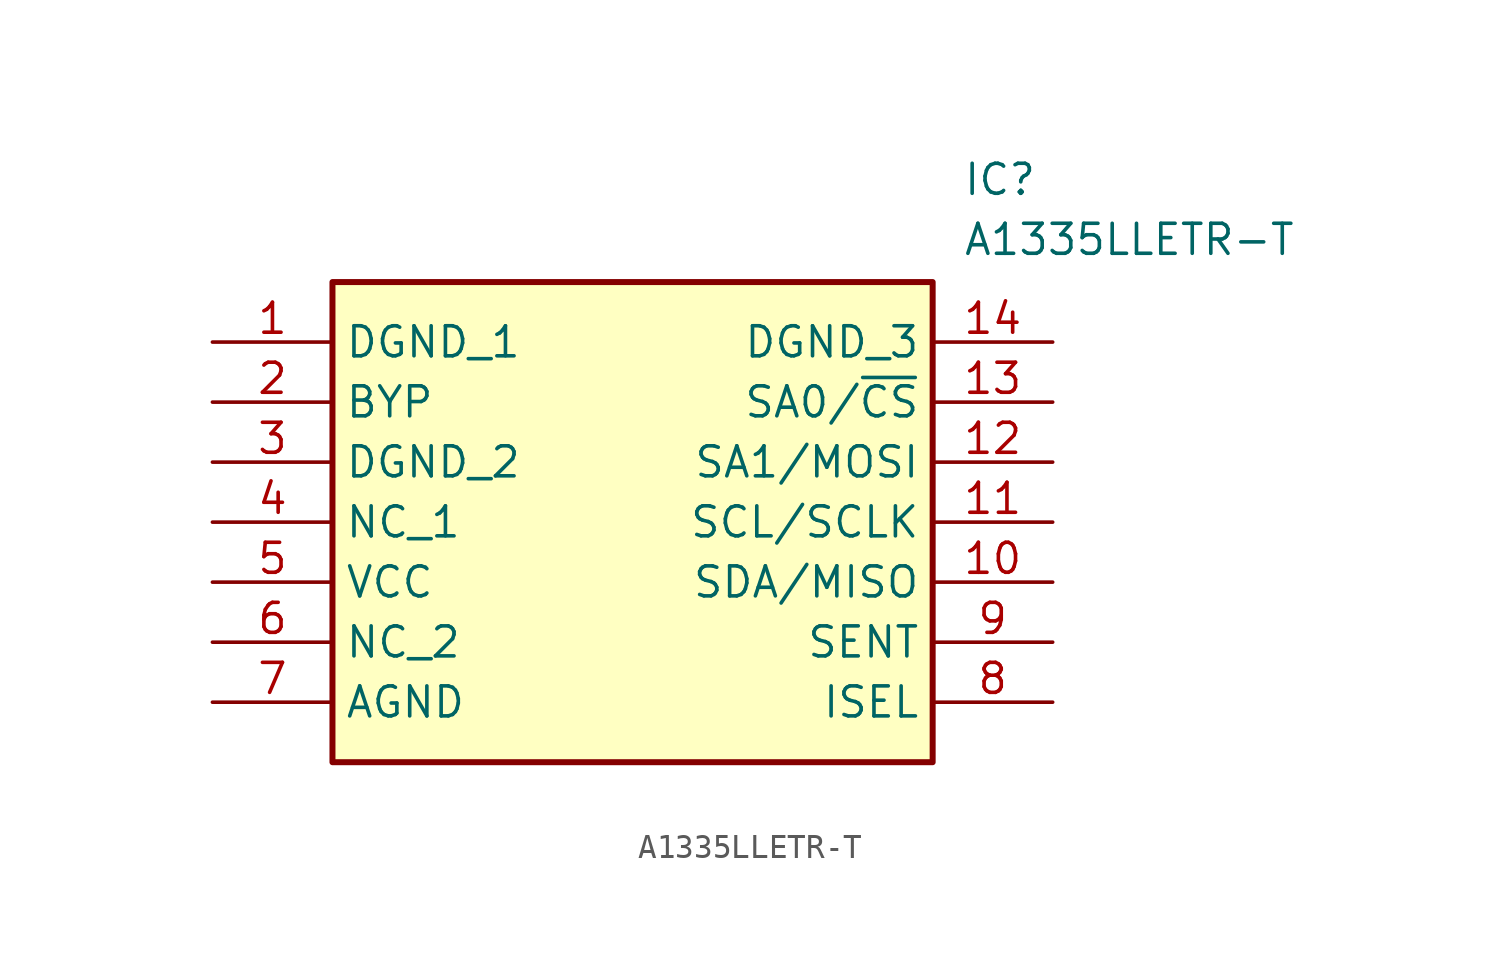
<source format=kicad_sym>
(kicad_symbol_lib
  (version 20211014)
  (generator SamacSys_ECAD_Model)
  (symbol "A1335LLETR-T"
    (property "Reference" "IC"
      (at 31.75 7.62 0)
      (effects (font (size 1.27 1.27)) (justify left top)))
    (property "Value" "A1335LLETR-T"
      (at 31.75 5.08 0)
      (effects (font (size 1.27 1.27)) (justify left top)))
    (rectangle
      (start 5.08 2.54)
      (end 30.48 -17.78)
      (stroke (width 0.254) (type default))
      (fill (type background)))
    (pin passive line
      (at 0 0 0)
      (length 5.08)
      (name "DGND_1" (effects (font (size 1.27 1.27))))
      (number "1" (effects (font (size 1.27 1.27)))))
    (pin passive line
      (at 0 -2.54 0)
      (length 5.08)
      (name "BYP" (effects (font (size 1.27 1.27))))
      (number "2" (effects (font (size 1.27 1.27)))))
    (pin passive line
      (at 0 -5.08 0)
      (length 5.08)
      (name "DGND_2" (effects (font (size 1.27 1.27))))
      (number "3" (effects (font (size 1.27 1.27)))))
    (pin passive line
      (at 0 -7.62 0)
      (length 5.08)
      (name "NC_1" (effects (font (size 1.27 1.27))))
      (number "4" (effects (font (size 1.27 1.27)))))
    (pin passive line
      (at 0 -10.16 0)
      (length 5.08)
      (name "VCC" (effects (font (size 1.27 1.27))))
      (number "5" (effects (font (size 1.27 1.27)))))
    (pin passive line
      (at 0 -12.7 0)
      (length 5.08)
      (name "NC_2" (effects (font (size 1.27 1.27))))
      (number "6" (effects (font (size 1.27 1.27)))))
    (pin passive line
      (at 0 -15.24 0)
      (length 5.08)
      (name "AGND" (effects (font (size 1.27 1.27))))
      (number "7" (effects (font (size 1.27 1.27)))))
    (pin passive line
      (at 35.56 0 180)
      (length 5.08)
      (name "DGND_3" (effects (font (size 1.27 1.27))))
      (number "14" (effects (font (size 1.27 1.27)))))
    (pin passive line
      (at 35.56 -2.54 180)
      (length 5.08)
      (name "SA0/~{CS}" (effects (font (size 1.27 1.27))))
      (number "13" (effects (font (size 1.27 1.27)))))
    (pin passive line
      (at 35.56 -5.08 180)
      (length 5.08)
      (name "SA1/MOSI" (effects (font (size 1.27 1.27))))
      (number "12" (effects (font (size 1.27 1.27)))))
    (pin passive line
      (at 35.56 -7.62 180)
      (length 5.08)
      (name "SCL/SCLK" (effects (font (size 1.27 1.27))))
      (number "11" (effects (font (size 1.27 1.27)))))
    (pin passive line
      (at 35.56 -10.16 180)
      (length 5.08)
      (name "SDA/MISO" (effects (font (size 1.27 1.27))))
      (number "10" (effects (font (size 1.27 1.27)))))
    (pin passive line
      (at 35.56 -12.7 180)
      (length 5.08)
      (name "SENT" (effects (font (size 1.27 1.27))))
      (number "9" (effects (font (size 1.27 1.27)))))
    (pin passive line
      (at 35.56 -15.24 180)
      (length 5.08)
      (name "ISEL" (effects (font (size 1.27 1.27))))
      (number "8" (effects (font (size 1.27 1.27)))))))
</source>
